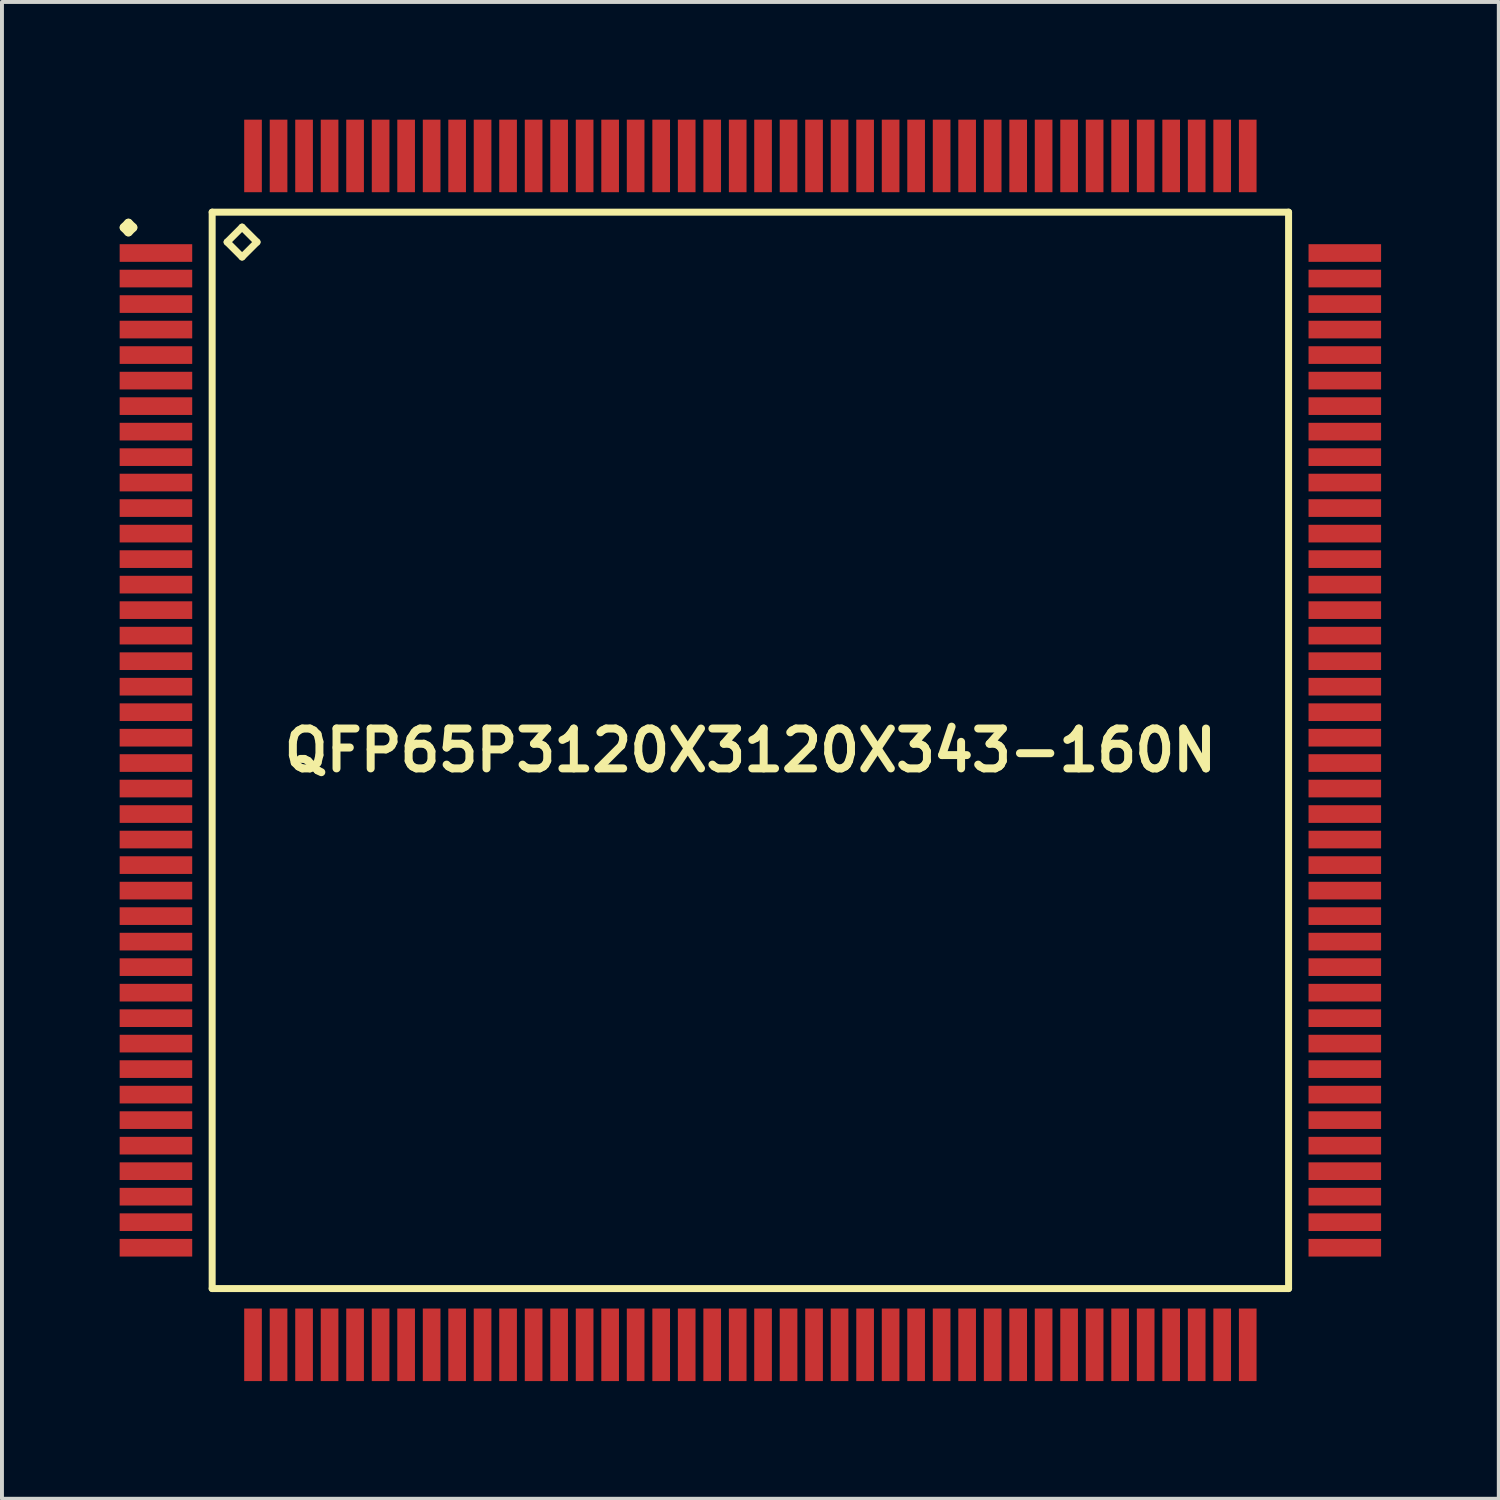
<source format=kicad_pcb>
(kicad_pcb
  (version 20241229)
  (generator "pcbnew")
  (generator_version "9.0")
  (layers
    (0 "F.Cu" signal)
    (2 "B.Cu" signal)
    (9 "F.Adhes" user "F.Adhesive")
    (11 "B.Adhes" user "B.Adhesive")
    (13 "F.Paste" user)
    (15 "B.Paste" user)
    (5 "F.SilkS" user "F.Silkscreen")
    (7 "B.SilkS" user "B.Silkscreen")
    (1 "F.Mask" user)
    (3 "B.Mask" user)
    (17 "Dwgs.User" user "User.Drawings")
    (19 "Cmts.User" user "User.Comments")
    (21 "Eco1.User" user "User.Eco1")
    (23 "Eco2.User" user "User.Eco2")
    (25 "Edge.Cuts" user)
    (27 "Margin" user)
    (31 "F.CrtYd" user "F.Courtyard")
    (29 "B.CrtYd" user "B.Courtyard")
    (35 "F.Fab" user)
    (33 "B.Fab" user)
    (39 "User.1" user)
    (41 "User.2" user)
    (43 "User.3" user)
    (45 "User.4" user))
  (footprint "QFP65P3120X3120X343-160N"
    (layer "F.Cu")
    (at 16.073 16.073)
    (property "Reference" "QFP65P3120X3120X343-160N" (at 0 0 0) (layer "F.SilkS") (effects (font (size 1.016 1.016) (thickness 0.203))))
    (attr smd)
    (fp_line (start -15.961 -13.325) (end -15.85 -13.437) (stroke (width 0.224) (type solid)) (layer "F.SilkS"))
    (fp_line (start -15.85 -13.437) (end -15.735 -13.325) (stroke (width 0.224) (type solid)) (layer "F.SilkS"))
    (fp_line (start -15.85 -13.211) (end -15.961 -13.325) (stroke (width 0.224) (type solid)) (layer "F.SilkS"))
    (fp_line (start -15.735 -13.325) (end -15.85 -13.211) (stroke (width 0.224) (type solid)) (layer "F.SilkS"))
    (fp_line (start -13.716 -13.716) (end -13.716 13.716) (stroke (width 0.178) (type solid)) (layer "F.SilkS"))
    (fp_line (start -13.716 13.716) (end 13.716 13.716) (stroke (width 0.178) (type solid)) (layer "F.SilkS"))
    (fp_line (start -13.335 -12.954) (end -12.954 -13.335) (stroke (width 0.178) (type solid)) (layer "F.SilkS"))
    (fp_line (start -12.954 -13.335) (end -12.573 -12.954) (stroke (width 0.178) (type solid)) (layer "F.SilkS"))
    (fp_line (start -12.954 -12.573) (end -13.335 -12.954) (stroke (width 0.178) (type solid)) (layer "F.SilkS"))
    (fp_line (start -12.573 -12.954) (end -12.954 -12.573) (stroke (width 0.178) (type solid)) (layer "F.SilkS"))
    (fp_line (start 13.716 -13.716) (end -13.716 -13.716) (stroke (width 0.178) (type solid)) (layer "F.SilkS"))
    (fp_line (start 13.716 13.716) (end 13.716 -13.716) (stroke (width 0.178) (type solid)) (layer "F.SilkS"))
    (pad "1" smd rect (at -15.149 -12.675) (size 1.849 0.45) (layers "F.Cu" "F.Mask" "F.Paste"))
    (pad "2" smd rect (at -15.149 -12.024) (size 1.849 0.45) (layers "F.Cu" "F.Mask" "F.Paste"))
    (pad "3" smd rect (at -15.149 -11.374) (size 1.849 0.45) (layers "F.Cu" "F.Mask" "F.Paste"))
    (pad "4" smd rect (at -15.149 -10.724) (size 1.849 0.45) (layers "F.Cu" "F.Mask" "F.Paste"))
    (pad "5" smd rect (at -15.149 -10.074) (size 1.849 0.45) (layers "F.Cu" "F.Mask" "F.Paste"))
    (pad "6" smd rect (at -15.149 -9.423) (size 1.849 0.45) (layers "F.Cu" "F.Mask" "F.Paste"))
    (pad "7" smd rect (at -15.149 -8.773) (size 1.849 0.45) (layers "F.Cu" "F.Mask" "F.Paste"))
    (pad "8" smd rect (at -15.149 -8.123) (size 1.849 0.45) (layers "F.Cu" "F.Mask" "F.Paste"))
    (pad "9" smd rect (at -15.149 -7.473) (size 1.849 0.45) (layers "F.Cu" "F.Mask" "F.Paste"))
    (pad "10" smd rect (at -15.149 -6.825) (size 1.849 0.45) (layers "F.Cu" "F.Mask" "F.Paste"))
    (pad "11" smd rect (at -15.149 -6.175) (size 1.849 0.45) (layers "F.Cu" "F.Mask" "F.Paste"))
    (pad "12" smd rect (at -15.149 -5.524) (size 1.849 0.45) (layers "F.Cu" "F.Mask" "F.Paste"))
    (pad "13" smd rect (at -15.149 -4.874) (size 1.849 0.45) (layers "F.Cu" "F.Mask" "F.Paste"))
    (pad "14" smd rect (at -15.149 -4.224) (size 1.849 0.45) (layers "F.Cu" "F.Mask" "F.Paste"))
    (pad "15" smd rect (at -15.149 -3.574) (size 1.849 0.45) (layers "F.Cu" "F.Mask" "F.Paste"))
    (pad "16" smd rect (at -15.149 -2.924) (size 1.849 0.45) (layers "F.Cu" "F.Mask" "F.Paste"))
    (pad "17" smd rect (at -15.149 -2.273) (size 1.849 0.45) (layers "F.Cu" "F.Mask" "F.Paste"))
    (pad "18" smd rect (at -15.149 -1.623) (size 1.849 0.45) (layers "F.Cu" "F.Mask" "F.Paste"))
    (pad "19" smd rect (at -15.149 -0.973) (size 1.849 0.45) (layers "F.Cu" "F.Mask" "F.Paste"))
    (pad "20" smd rect (at -15.149 -0.323) (size 1.849 0.45) (layers "F.Cu" "F.Mask" "F.Paste"))
    (pad "21" smd rect (at -15.149 0.323) (size 1.849 0.45) (layers "F.Cu" "F.Mask" "F.Paste"))
    (pad "22" smd rect (at -15.149 0.973) (size 1.849 0.45) (layers "F.Cu" "F.Mask" "F.Paste"))
    (pad "23" smd rect (at -15.149 1.623) (size 1.849 0.45) (layers "F.Cu" "F.Mask" "F.Paste"))
    (pad "24" smd rect (at -15.149 2.273) (size 1.849 0.45) (layers "F.Cu" "F.Mask" "F.Paste"))
    (pad "25" smd rect (at -15.149 2.924) (size 1.849 0.45) (layers "F.Cu" "F.Mask" "F.Paste"))
    (pad "26" smd rect (at -15.149 3.574) (size 1.849 0.45) (layers "F.Cu" "F.Mask" "F.Paste"))
    (pad "27" smd rect (at -15.149 4.224) (size 1.849 0.45) (layers "F.Cu" "F.Mask" "F.Paste"))
    (pad "28" smd rect (at -15.149 4.874) (size 1.849 0.45) (layers "F.Cu" "F.Mask" "F.Paste"))
    (pad "29" smd rect (at -15.149 5.524) (size 1.849 0.45) (layers "F.Cu" "F.Mask" "F.Paste"))
    (pad "30" smd rect (at -15.149 6.175) (size 1.849 0.45) (layers "F.Cu" "F.Mask" "F.Paste"))
    (pad "31" smd rect (at -15.149 6.825) (size 1.849 0.45) (layers "F.Cu" "F.Mask" "F.Paste"))
    (pad "32" smd rect (at -15.149 7.473) (size 1.849 0.45) (layers "F.Cu" "F.Mask" "F.Paste"))
    (pad "33" smd rect (at -15.149 8.123) (size 1.849 0.45) (layers "F.Cu" "F.Mask" "F.Paste"))
    (pad "34" smd rect (at -15.149 8.773) (size 1.849 0.45) (layers "F.Cu" "F.Mask" "F.Paste"))
    (pad "35" smd rect (at -15.149 9.423) (size 1.849 0.45) (layers "F.Cu" "F.Mask" "F.Paste"))
    (pad "36" smd rect (at -15.149 10.074) (size 1.849 0.45) (layers "F.Cu" "F.Mask" "F.Paste"))
    (pad "37" smd rect (at -15.149 10.724) (size 1.849 0.45) (layers "F.Cu" "F.Mask" "F.Paste"))
    (pad "38" smd rect (at -15.149 11.374) (size 1.849 0.45) (layers "F.Cu" "F.Mask" "F.Paste"))
    (pad "39" smd rect (at -15.149 12.024) (size 1.849 0.45) (layers "F.Cu" "F.Mask" "F.Paste"))
    (pad "40" smd rect (at -15.149 12.675) (size 1.849 0.45) (layers "F.Cu" "F.Mask" "F.Paste"))
    (pad "41" smd rect (at -12.675 15.149) (size 0.45 1.849) (layers "F.Cu" "F.Mask" "F.Paste"))
    (pad "42" smd rect (at -12.024 15.149) (size 0.45 1.849) (layers "F.Cu" "F.Mask" "F.Paste"))
    (pad "43" smd rect (at -11.374 15.149) (size 0.45 1.849) (layers "F.Cu" "F.Mask" "F.Paste"))
    (pad "44" smd rect (at -10.724 15.149) (size 0.45 1.849) (layers "F.Cu" "F.Mask" "F.Paste"))
    (pad "45" smd rect (at -10.074 15.149) (size 0.45 1.849) (layers "F.Cu" "F.Mask" "F.Paste"))
    (pad "46" smd rect (at -9.423 15.149) (size 0.45 1.849) (layers "F.Cu" "F.Mask" "F.Paste"))
    (pad "47" smd rect (at -8.773 15.149) (size 0.45 1.849) (layers "F.Cu" "F.Mask" "F.Paste"))
    (pad "48" smd rect (at -8.123 15.149) (size 0.45 1.849) (layers "F.Cu" "F.Mask" "F.Paste"))
    (pad "49" smd rect (at -7.473 15.149) (size 0.45 1.849) (layers "F.Cu" "F.Mask" "F.Paste"))
    (pad "50" smd rect (at -6.825 15.149) (size 0.45 1.849) (layers "F.Cu" "F.Mask" "F.Paste"))
    (pad "51" smd rect (at -6.175 15.149) (size 0.45 1.849) (layers "F.Cu" "F.Mask" "F.Paste"))
    (pad "52" smd rect (at -5.524 15.149) (size 0.45 1.849) (layers "F.Cu" "F.Mask" "F.Paste"))
    (pad "53" smd rect (at -4.874 15.149) (size 0.45 1.849) (layers "F.Cu" "F.Mask" "F.Paste"))
    (pad "54" smd rect (at -4.224 15.149) (size 0.45 1.849) (layers "F.Cu" "F.Mask" "F.Paste"))
    (pad "55" smd rect (at -3.574 15.149) (size 0.45 1.849) (layers "F.Cu" "F.Mask" "F.Paste"))
    (pad "56" smd rect (at -2.924 15.149) (size 0.45 1.849) (layers "F.Cu" "F.Mask" "F.Paste"))
    (pad "57" smd rect (at -2.273 15.149) (size 0.45 1.849) (layers "F.Cu" "F.Mask" "F.Paste"))
    (pad "58" smd rect (at -1.623 15.149) (size 0.45 1.849) (layers "F.Cu" "F.Mask" "F.Paste"))
    (pad "59" smd rect (at -0.973 15.149) (size 0.45 1.849) (layers "F.Cu" "F.Mask" "F.Paste"))
    (pad "60" smd rect (at -0.323 15.149) (size 0.45 1.849) (layers "F.Cu" "F.Mask" "F.Paste"))
    (pad "61" smd rect (at 0.323 15.149) (size 0.45 1.849) (layers "F.Cu" "F.Mask" "F.Paste"))
    (pad "62" smd rect (at 0.973 15.149) (size 0.45 1.849) (layers "F.Cu" "F.Mask" "F.Paste"))
    (pad "63" smd rect (at 1.623 15.149) (size 0.45 1.849) (layers "F.Cu" "F.Mask" "F.Paste"))
    (pad "64" smd rect (at 2.273 15.149) (size 0.45 1.849) (layers "F.Cu" "F.Mask" "F.Paste"))
    (pad "65" smd rect (at 2.924 15.149) (size 0.45 1.849) (layers "F.Cu" "F.Mask" "F.Paste"))
    (pad "66" smd rect (at 3.574 15.149) (size 0.45 1.849) (layers "F.Cu" "F.Mask" "F.Paste"))
    (pad "67" smd rect (at 4.224 15.149) (size 0.45 1.849) (layers "F.Cu" "F.Mask" "F.Paste"))
    (pad "68" smd rect (at 4.874 15.149) (size 0.45 1.849) (layers "F.Cu" "F.Mask" "F.Paste"))
    (pad "69" smd rect (at 5.524 15.149) (size 0.45 1.849) (layers "F.Cu" "F.Mask" "F.Paste"))
    (pad "70" smd rect (at 6.175 15.149) (size 0.45 1.849) (layers "F.Cu" "F.Mask" "F.Paste"))
    (pad "71" smd rect (at 6.825 15.149) (size 0.45 1.849) (layers "F.Cu" "F.Mask" "F.Paste"))
    (pad "72" smd rect (at 7.473 15.149) (size 0.45 1.849) (layers "F.Cu" "F.Mask" "F.Paste"))
    (pad "73" smd rect (at 8.123 15.149) (size 0.45 1.849) (layers "F.Cu" "F.Mask" "F.Paste"))
    (pad "74" smd rect (at 8.773 15.149) (size 0.45 1.849) (layers "F.Cu" "F.Mask" "F.Paste"))
    (pad "75" smd rect (at 9.423 15.149) (size 0.45 1.849) (layers "F.Cu" "F.Mask" "F.Paste"))
    (pad "76" smd rect (at 10.074 15.149) (size 0.45 1.849) (layers "F.Cu" "F.Mask" "F.Paste"))
    (pad "77" smd rect (at 10.724 15.149) (size 0.45 1.849) (layers "F.Cu" "F.Mask" "F.Paste"))
    (pad "78" smd rect (at 11.374 15.149) (size 0.45 1.849) (layers "F.Cu" "F.Mask" "F.Paste"))
    (pad "79" smd rect (at 12.024 15.149) (size 0.45 1.849) (layers "F.Cu" "F.Mask" "F.Paste"))
    (pad "80" smd rect (at 12.675 15.149) (size 0.45 1.849) (layers "F.Cu" "F.Mask" "F.Paste"))
    (pad "81" smd rect (at 15.149 12.675) (size 1.849 0.45) (layers "F.Cu" "F.Mask" "F.Paste"))
    (pad "82" smd rect (at 15.149 12.024) (size 1.849 0.45) (layers "F.Cu" "F.Mask" "F.Paste"))
    (pad "83" smd rect (at 15.149 11.374) (size 1.849 0.45) (layers "F.Cu" "F.Mask" "F.Paste"))
    (pad "84" smd rect (at 15.149 10.724) (size 1.849 0.45) (layers "F.Cu" "F.Mask" "F.Paste"))
    (pad "85" smd rect (at 15.149 10.074) (size 1.849 0.45) (layers "F.Cu" "F.Mask" "F.Paste"))
    (pad "86" smd rect (at 15.149 9.423) (size 1.849 0.45) (layers "F.Cu" "F.Mask" "F.Paste"))
    (pad "87" smd rect (at 15.149 8.773) (size 1.849 0.45) (layers "F.Cu" "F.Mask" "F.Paste"))
    (pad "88" smd rect (at 15.149 8.123) (size 1.849 0.45) (layers "F.Cu" "F.Mask" "F.Paste"))
    (pad "89" smd rect (at 15.149 7.473) (size 1.849 0.45) (layers "F.Cu" "F.Mask" "F.Paste"))
    (pad "90" smd rect (at 15.149 6.825) (size 1.849 0.45) (layers "F.Cu" "F.Mask" "F.Paste"))
    (pad "91" smd rect (at 15.149 6.175) (size 1.849 0.45) (layers "F.Cu" "F.Mask" "F.Paste"))
    (pad "92" smd rect (at 15.149 5.524) (size 1.849 0.45) (layers "F.Cu" "F.Mask" "F.Paste"))
    (pad "93" smd rect (at 15.149 4.874) (size 1.849 0.45) (layers "F.Cu" "F.Mask" "F.Paste"))
    (pad "94" smd rect (at 15.149 4.224) (size 1.849 0.45) (layers "F.Cu" "F.Mask" "F.Paste"))
    (pad "95" smd rect (at 15.149 3.574) (size 1.849 0.45) (layers "F.Cu" "F.Mask" "F.Paste"))
    (pad "96" smd rect (at 15.149 2.924) (size 1.849 0.45) (layers "F.Cu" "F.Mask" "F.Paste"))
    (pad "97" smd rect (at 15.149 2.273) (size 1.849 0.45) (layers "F.Cu" "F.Mask" "F.Paste"))
    (pad "98" smd rect (at 15.149 1.623) (size 1.849 0.45) (layers "F.Cu" "F.Mask" "F.Paste"))
    (pad "99" smd rect (at 15.149 0.973) (size 1.849 0.45) (layers "F.Cu" "F.Mask" "F.Paste"))
    (pad "100" smd rect (at 15.149 0.323) (size 1.849 0.45) (layers "F.Cu" "F.Mask" "F.Paste"))
    (pad "101" smd rect (at 15.149 -0.323) (size 1.849 0.45) (layers "F.Cu" "F.Mask" "F.Paste"))
    (pad "102" smd rect (at 15.149 -0.973) (size 1.849 0.45) (layers "F.Cu" "F.Mask" "F.Paste"))
    (pad "103" smd rect (at 15.149 -1.623) (size 1.849 0.45) (layers "F.Cu" "F.Mask" "F.Paste"))
    (pad "104" smd rect (at 15.149 -2.273) (size 1.849 0.45) (layers "F.Cu" "F.Mask" "F.Paste"))
    (pad "105" smd rect (at 15.149 -2.924) (size 1.849 0.45) (layers "F.Cu" "F.Mask" "F.Paste"))
    (pad "106" smd rect (at 15.149 -3.574) (size 1.849 0.45) (layers "F.Cu" "F.Mask" "F.Paste"))
    (pad "107" smd rect (at 15.149 -4.224) (size 1.849 0.45) (layers "F.Cu" "F.Mask" "F.Paste"))
    (pad "108" smd rect (at 15.149 -4.874) (size 1.849 0.45) (layers "F.Cu" "F.Mask" "F.Paste"))
    (pad "109" smd rect (at 15.149 -5.524) (size 1.849 0.45) (layers "F.Cu" "F.Mask" "F.Paste"))
    (pad "110" smd rect (at 15.149 -6.175) (size 1.849 0.45) (layers "F.Cu" "F.Mask" "F.Paste"))
    (pad "111" smd rect (at 15.149 -6.825) (size 1.849 0.45) (layers "F.Cu" "F.Mask" "F.Paste"))
    (pad "112" smd rect (at 15.149 -7.473) (size 1.849 0.45) (layers "F.Cu" "F.Mask" "F.Paste"))
    (pad "113" smd rect (at 15.149 -8.123) (size 1.849 0.45) (layers "F.Cu" "F.Mask" "F.Paste"))
    (pad "114" smd rect (at 15.149 -8.773) (size 1.849 0.45) (layers "F.Cu" "F.Mask" "F.Paste"))
    (pad "115" smd rect (at 15.149 -9.423) (size 1.849 0.45) (layers "F.Cu" "F.Mask" "F.Paste"))
    (pad "116" smd rect (at 15.149 -10.074) (size 1.849 0.45) (layers "F.Cu" "F.Mask" "F.Paste"))
    (pad "117" smd rect (at 15.149 -10.724) (size 1.849 0.45) (layers "F.Cu" "F.Mask" "F.Paste"))
    (pad "118" smd rect (at 15.149 -11.374) (size 1.849 0.45) (layers "F.Cu" "F.Mask" "F.Paste"))
    (pad "119" smd rect (at 15.149 -12.024) (size 1.849 0.45) (layers "F.Cu" "F.Mask" "F.Paste"))
    (pad "120" smd rect (at 15.149 -12.675) (size 1.849 0.45) (layers "F.Cu" "F.Mask" "F.Paste"))
    (pad "121" smd rect (at 12.675 -15.149) (size 0.45 1.849) (layers "F.Cu" "F.Mask" "F.Paste"))
    (pad "122" smd rect (at 12.024 -15.149) (size 0.45 1.849) (layers "F.Cu" "F.Mask" "F.Paste"))
    (pad "123" smd rect (at 11.374 -15.149) (size 0.45 1.849) (layers "F.Cu" "F.Mask" "F.Paste"))
    (pad "124" smd rect (at 10.724 -15.149) (size 0.45 1.849) (layers "F.Cu" "F.Mask" "F.Paste"))
    (pad "125" smd rect (at 10.074 -15.149) (size 0.45 1.849) (layers "F.Cu" "F.Mask" "F.Paste"))
    (pad "126" smd rect (at 9.423 -15.149) (size 0.45 1.849) (layers "F.Cu" "F.Mask" "F.Paste"))
    (pad "127" smd rect (at 8.773 -15.149) (size 0.45 1.849) (layers "F.Cu" "F.Mask" "F.Paste"))
    (pad "128" smd rect (at 8.123 -15.149) (size 0.45 1.849) (layers "F.Cu" "F.Mask" "F.Paste"))
    (pad "129" smd rect (at 7.473 -15.149) (size 0.45 1.849) (layers "F.Cu" "F.Mask" "F.Paste"))
    (pad "130" smd rect (at 6.825 -15.149) (size 0.45 1.849) (layers "F.Cu" "F.Mask" "F.Paste"))
    (pad "131" smd rect (at 6.175 -15.149) (size 0.45 1.849) (layers "F.Cu" "F.Mask" "F.Paste"))
    (pad "132" smd rect (at 5.524 -15.149) (size 0.45 1.849) (layers "F.Cu" "F.Mask" "F.Paste"))
    (pad "133" smd rect (at 4.874 -15.149) (size 0.45 1.849) (layers "F.Cu" "F.Mask" "F.Paste"))
    (pad "134" smd rect (at 4.224 -15.149) (size 0.45 1.849) (layers "F.Cu" "F.Mask" "F.Paste"))
    (pad "135" smd rect (at 3.574 -15.149) (size 0.45 1.849) (layers "F.Cu" "F.Mask" "F.Paste"))
    (pad "136" smd rect (at 2.924 -15.149) (size 0.45 1.849) (layers "F.Cu" "F.Mask" "F.Paste"))
    (pad "137" smd rect (at 2.273 -15.149) (size 0.45 1.849) (layers "F.Cu" "F.Mask" "F.Paste"))
    (pad "138" smd rect (at 1.623 -15.149) (size 0.45 1.849) (layers "F.Cu" "F.Mask" "F.Paste"))
    (pad "139" smd rect (at 0.973 -15.149) (size 0.45 1.849) (layers "F.Cu" "F.Mask" "F.Paste"))
    (pad "140" smd rect (at 0.323 -15.149) (size 0.45 1.849) (layers "F.Cu" "F.Mask" "F.Paste"))
    (pad "141" smd rect (at -0.323 -15.149) (size 0.45 1.849) (layers "F.Cu" "F.Mask" "F.Paste"))
    (pad "142" smd rect (at -0.973 -15.149) (size 0.45 1.849) (layers "F.Cu" "F.Mask" "F.Paste"))
    (pad "143" smd rect (at -1.623 -15.149) (size 0.45 1.849) (layers "F.Cu" "F.Mask" "F.Paste"))
    (pad "144" smd rect (at -2.273 -15.149) (size 0.45 1.849) (layers "F.Cu" "F.Mask" "F.Paste"))
    (pad "145" smd rect (at -2.924 -15.149) (size 0.45 1.849) (layers "F.Cu" "F.Mask" "F.Paste"))
    (pad "146" smd rect (at -3.574 -15.149) (size 0.45 1.849) (layers "F.Cu" "F.Mask" "F.Paste"))
    (pad "147" smd rect (at -4.224 -15.149) (size 0.45 1.849) (layers "F.Cu" "F.Mask" "F.Paste"))
    (pad "148" smd rect (at -4.874 -15.149) (size 0.45 1.849) (layers "F.Cu" "F.Mask" "F.Paste"))
    (pad "149" smd rect (at -5.524 -15.149) (size 0.45 1.849) (layers "F.Cu" "F.Mask" "F.Paste"))
    (pad "150" smd rect (at -6.175 -15.149) (size 0.45 1.849) (layers "F.Cu" "F.Mask" "F.Paste"))
    (pad "151" smd rect (at -6.825 -15.149) (size 0.45 1.849) (layers "F.Cu" "F.Mask" "F.Paste"))
    (pad "152" smd rect (at -7.473 -15.149) (size 0.45 1.849) (layers "F.Cu" "F.Mask" "F.Paste"))
    (pad "153" smd rect (at -8.123 -15.149) (size 0.45 1.849) (layers "F.Cu" "F.Mask" "F.Paste"))
    (pad "154" smd rect (at -8.773 -15.149) (size 0.45 1.849) (layers "F.Cu" "F.Mask" "F.Paste"))
    (pad "155" smd rect (at -9.423 -15.149) (size 0.45 1.849) (layers "F.Cu" "F.Mask" "F.Paste"))
    (pad "156" smd rect (at -10.074 -15.149) (size 0.45 1.849) (layers "F.Cu" "F.Mask" "F.Paste"))
    (pad "157" smd rect (at -10.724 -15.149) (size 0.45 1.849) (layers "F.Cu" "F.Mask" "F.Paste"))
    (pad "158" smd rect (at -11.374 -15.149) (size 0.45 1.849) (layers "F.Cu" "F.Mask" "F.Paste"))
    (pad "159" smd rect (at -12.024 -15.149) (size 0.45 1.849) (layers "F.Cu" "F.Mask" "F.Paste"))
    (pad "160" smd rect (at -12.675 -15.149) (size 0.45 1.849) (layers "F.Cu" "F.Mask" "F.Paste")))
  (gr_rect
    (start -3 -3)
    (end 35.146 35.146)
    (stroke (width 0.1) (type default))
    (fill no)
    (layer "Edge.Cuts")))
</source>
